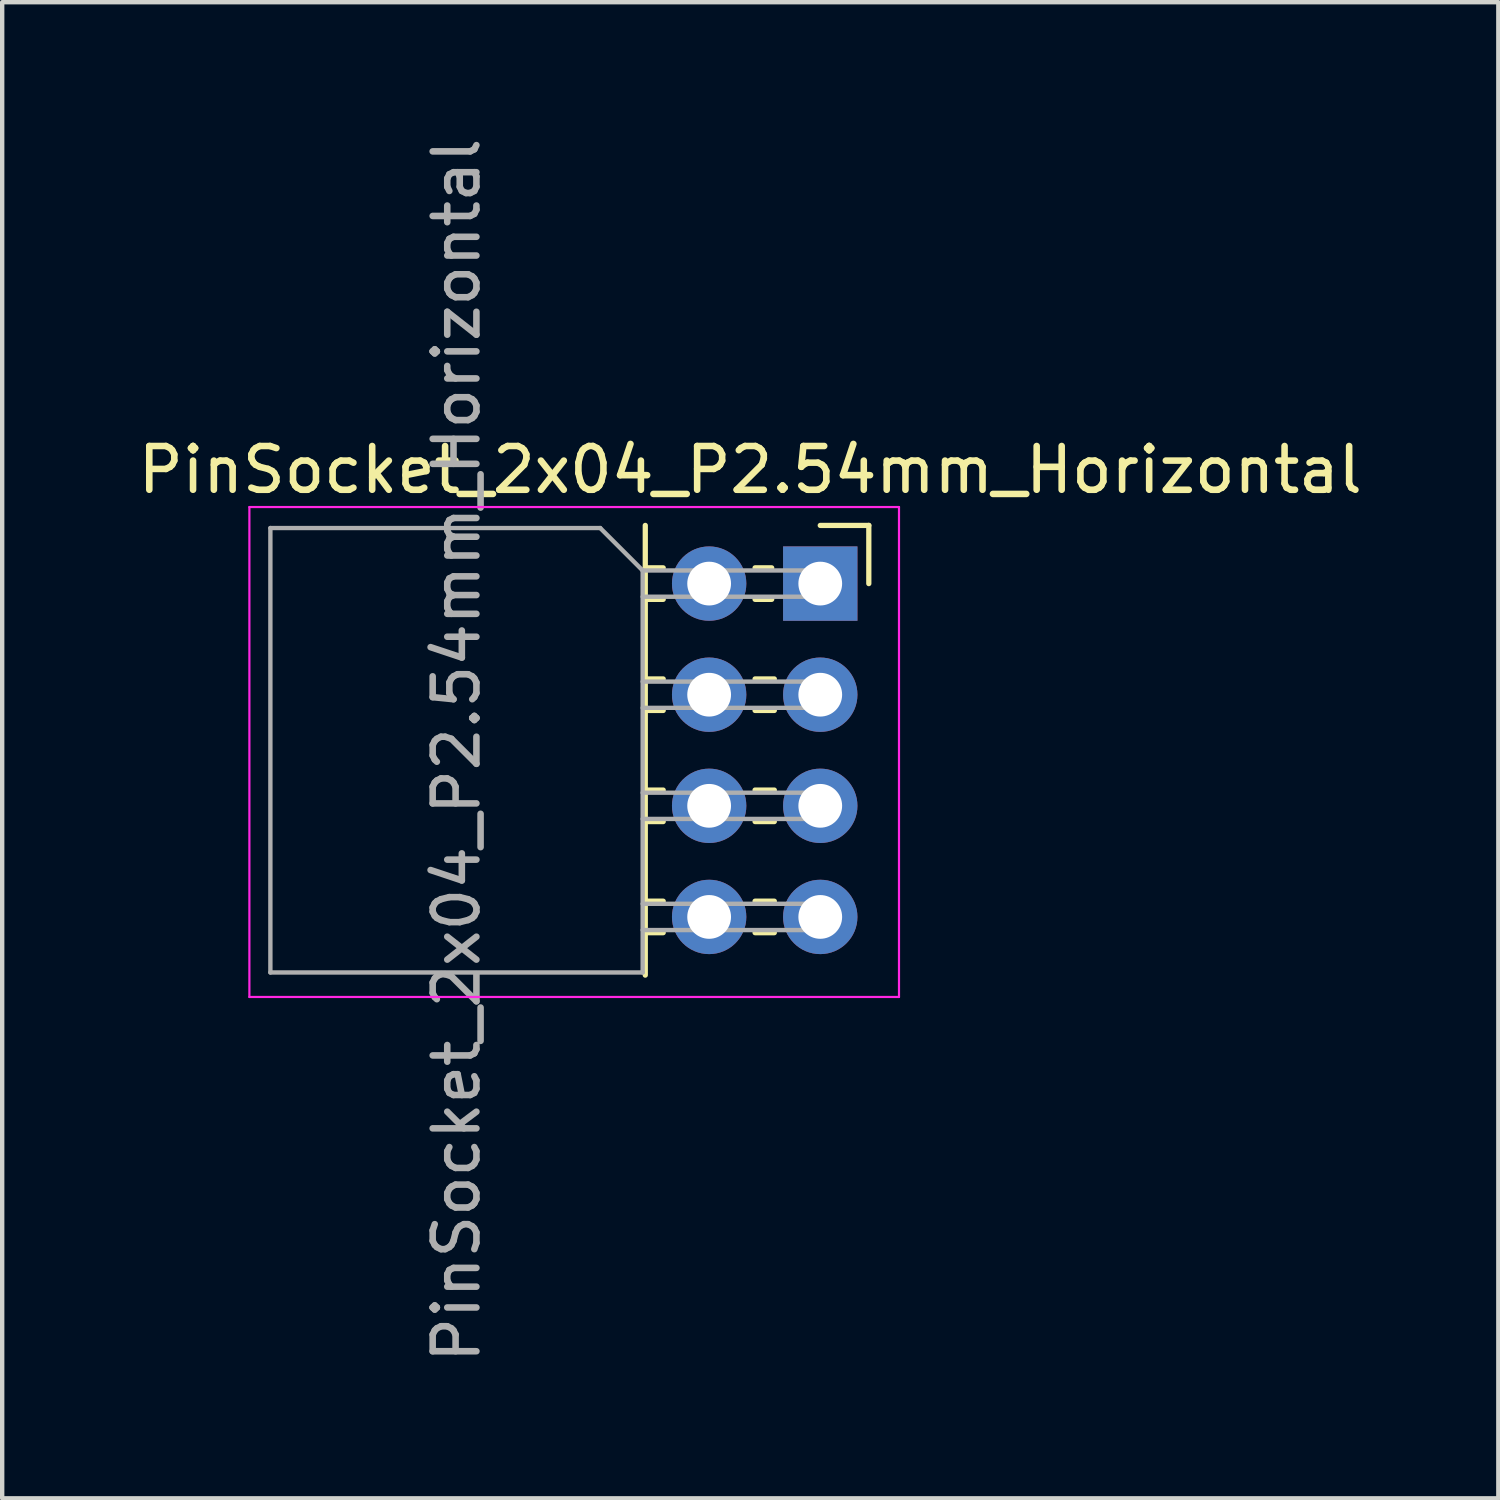
<source format=kicad_pcb>
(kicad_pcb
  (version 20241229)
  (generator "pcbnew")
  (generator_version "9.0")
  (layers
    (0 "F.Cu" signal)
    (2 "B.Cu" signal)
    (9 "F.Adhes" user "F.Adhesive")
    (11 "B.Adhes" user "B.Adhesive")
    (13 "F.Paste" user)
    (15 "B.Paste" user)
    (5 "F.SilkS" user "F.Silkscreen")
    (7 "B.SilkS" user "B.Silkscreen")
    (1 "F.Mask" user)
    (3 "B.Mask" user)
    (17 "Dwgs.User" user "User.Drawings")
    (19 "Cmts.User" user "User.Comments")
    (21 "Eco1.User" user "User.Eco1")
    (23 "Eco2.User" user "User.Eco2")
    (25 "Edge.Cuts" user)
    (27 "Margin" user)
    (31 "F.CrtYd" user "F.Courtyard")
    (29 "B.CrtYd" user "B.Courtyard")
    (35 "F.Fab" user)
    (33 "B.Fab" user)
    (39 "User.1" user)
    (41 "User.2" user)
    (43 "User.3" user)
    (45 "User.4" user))
  (footprint "PinSocket_2x04_P2.54mm_Horizontal"
    (layer "F.Cu")
    (at 15.701 10.291)
    (property "Reference" "PinSocket_2x04_P2.54mm_Horizontal" (at -1.6 -2.6 0) (layer "F.SilkS") (effects (font (size 1 1) (thickness 0.15))))
    (attr through_hole)
    (fp_line (start -4 -1.33) (end -4 8.95) (stroke (width 0.12) (type solid)) (layer "F.SilkS"))
    (fp_line (start -4 -0.36) (end -3.59 -0.36) (stroke (width 0.12) (type solid)) (layer "F.SilkS"))
    (fp_line (start -4 0.36) (end -3.59 0.36) (stroke (width 0.12) (type solid)) (layer "F.SilkS"))
    (fp_line (start -4 2.18) (end -3.59 2.18) (stroke (width 0.12) (type solid)) (layer "F.SilkS"))
    (fp_line (start -4 2.9) (end -3.59 2.9) (stroke (width 0.12) (type solid)) (layer "F.SilkS"))
    (fp_line (start -4 4.72) (end -3.59 4.72) (stroke (width 0.12) (type solid)) (layer "F.SilkS"))
    (fp_line (start -4 5.44) (end -3.59 5.44) (stroke (width 0.12) (type solid)) (layer "F.SilkS"))
    (fp_line (start -4 7.26) (end -3.59 7.26) (stroke (width 0.12) (type solid)) (layer "F.SilkS"))
    (fp_line (start -4 7.98) (end -3.59 7.98) (stroke (width 0.12) (type solid)) (layer "F.SilkS"))
    (fp_line (start -1.49 -0.36) (end -1.11 -0.36) (stroke (width 0.12) (type solid)) (layer "F.SilkS"))
    (fp_line (start -1.49 0.36) (end -1.11 0.36) (stroke (width 0.12) (type solid)) (layer "F.SilkS"))
    (fp_line (start -1.49 2.18) (end -1.05 2.18) (stroke (width 0.12) (type solid)) (layer "F.SilkS"))
    (fp_line (start -1.49 2.9) (end -1.05 2.9) (stroke (width 0.12) (type solid)) (layer "F.SilkS"))
    (fp_line (start -1.49 4.72) (end -1.05 4.72) (stroke (width 0.12) (type solid)) (layer "F.SilkS"))
    (fp_line (start -1.49 5.44) (end -1.05 5.44) (stroke (width 0.12) (type solid)) (layer "F.SilkS"))
    (fp_line (start -1.49 7.26) (end -1.05 7.26) (stroke (width 0.12) (type solid)) (layer "F.SilkS"))
    (fp_line (start -1.49 7.98) (end -1.05 7.98) (stroke (width 0.12) (type solid)) (layer "F.SilkS"))
    (fp_line (start 0 -1.33) (end 1.11 -1.33) (stroke (width 0.12) (type solid)) (layer "F.SilkS"))
    (fp_line (start 1.11 -1.33) (end 1.11 0) (stroke (width 0.12) (type solid)) (layer "F.SilkS"))
    (fp_line (start -13.05 -1.75) (end -13.05 9.45) (stroke (width 0.05) (type solid)) (layer "F.CrtYd"))
    (fp_line (start -13.05 9.45) (end 1.8 9.45) (stroke (width 0.05) (type solid)) (layer "F.CrtYd"))
    (fp_line (start 1.8 -1.75) (end -13.05 -1.75) (stroke (width 0.05) (type solid)) (layer "F.CrtYd"))
    (fp_line (start 1.8 9.45) (end 1.8 -1.75) (stroke (width 0.05) (type solid)) (layer "F.CrtYd"))
    (fp_line (start -12.57 -1.27) (end -5.03 -1.27) (stroke (width 0.1) (type solid)) (layer "F.Fab"))
    (fp_line (start -12.57 8.89) (end -12.57 -1.27) (stroke (width 0.1) (type solid)) (layer "F.Fab"))
    (fp_line (start -5.03 -1.27) (end -4.06 -0.3) (stroke (width 0.1) (type solid)) (layer "F.Fab"))
    (fp_line (start -4.06 -0.3) (end -4.06 8.89) (stroke (width 0.1) (type solid)) (layer "F.Fab"))
    (fp_line (start -4.06 0.3) (end 0 0.3) (stroke (width 0.1) (type solid)) (layer "F.Fab"))
    (fp_line (start -4.06 2.84) (end 0 2.84) (stroke (width 0.1) (type solid)) (layer "F.Fab"))
    (fp_line (start -4.06 5.38) (end 0 5.38) (stroke (width 0.1) (type solid)) (layer "F.Fab"))
    (fp_line (start -4.06 7.92) (end 0 7.92) (stroke (width 0.1) (type solid)) (layer "F.Fab"))
    (fp_line (start -4.06 8.89) (end -12.57 8.89) (stroke (width 0.1) (type solid)) (layer "F.Fab"))
    (fp_line (start 0 -0.3) (end -4.06 -0.3) (stroke (width 0.1) (type solid)) (layer "F.Fab"))
    (fp_line (start 0 0.3) (end 0 -0.3) (stroke (width 0.1) (type solid)) (layer "F.Fab"))
    (fp_line (start 0 2.24) (end -4.06 2.24) (stroke (width 0.1) (type solid)) (layer "F.Fab"))
    (fp_line (start 0 2.84) (end 0 2.24) (stroke (width 0.1) (type solid)) (layer "F.Fab"))
    (fp_line (start 0 4.78) (end -4.06 4.78) (stroke (width 0.1) (type solid)) (layer "F.Fab"))
    (fp_line (start 0 5.38) (end 0 4.78) (stroke (width 0.1) (type solid)) (layer "F.Fab"))
    (fp_line (start 0 7.32) (end -4.06 7.32) (stroke (width 0.1) (type solid)) (layer "F.Fab"))
    (fp_line (start 0 7.92) (end 0 7.32) (stroke (width 0.1) (type solid)) (layer "F.Fab"))
    (fp_text user "${REFERENCE}" (at -8.315 3.81 90) (layer "F.Fab") (effects (font (size 1 1) (thickness 0.15))))
    (pad "1" thru_hole rect (at 0 0) (size 1.7 1.7) (drill 1) (layers "*.Cu" "*.Mask"))
    (pad "2" thru_hole oval (at -2.54 0) (size 1.7 1.7) (drill 1) (layers "*.Cu" "*.Mask"))
    (pad "3" thru_hole oval (at 0 2.54) (size 1.7 1.7) (drill 1) (layers "*.Cu" "*.Mask"))
    (pad "4" thru_hole oval (at -2.54 2.54) (size 1.7 1.7) (drill 1) (layers "*.Cu" "*.Mask"))
    (pad "5" thru_hole oval (at 0 5.08) (size 1.7 1.7) (drill 1) (layers "*.Cu" "*.Mask"))
    (pad "6" thru_hole oval (at -2.54 5.08) (size 1.7 1.7) (drill 1) (layers "*.Cu" "*.Mask"))
    (pad "7" thru_hole oval (at 0 7.62) (size 1.7 1.7) (drill 1) (layers "*.Cu" "*.Mask"))
    (pad "8" thru_hole oval (at -2.54 7.62) (size 1.7 1.7) (drill 1) (layers "*.Cu" "*.Mask")))
  (gr_rect
    (start -3 -3)
    (end 31.202 31.202)
    (stroke (width 0.1) (type default))
    (fill no)
    (layer "Edge.Cuts")))
</source>
